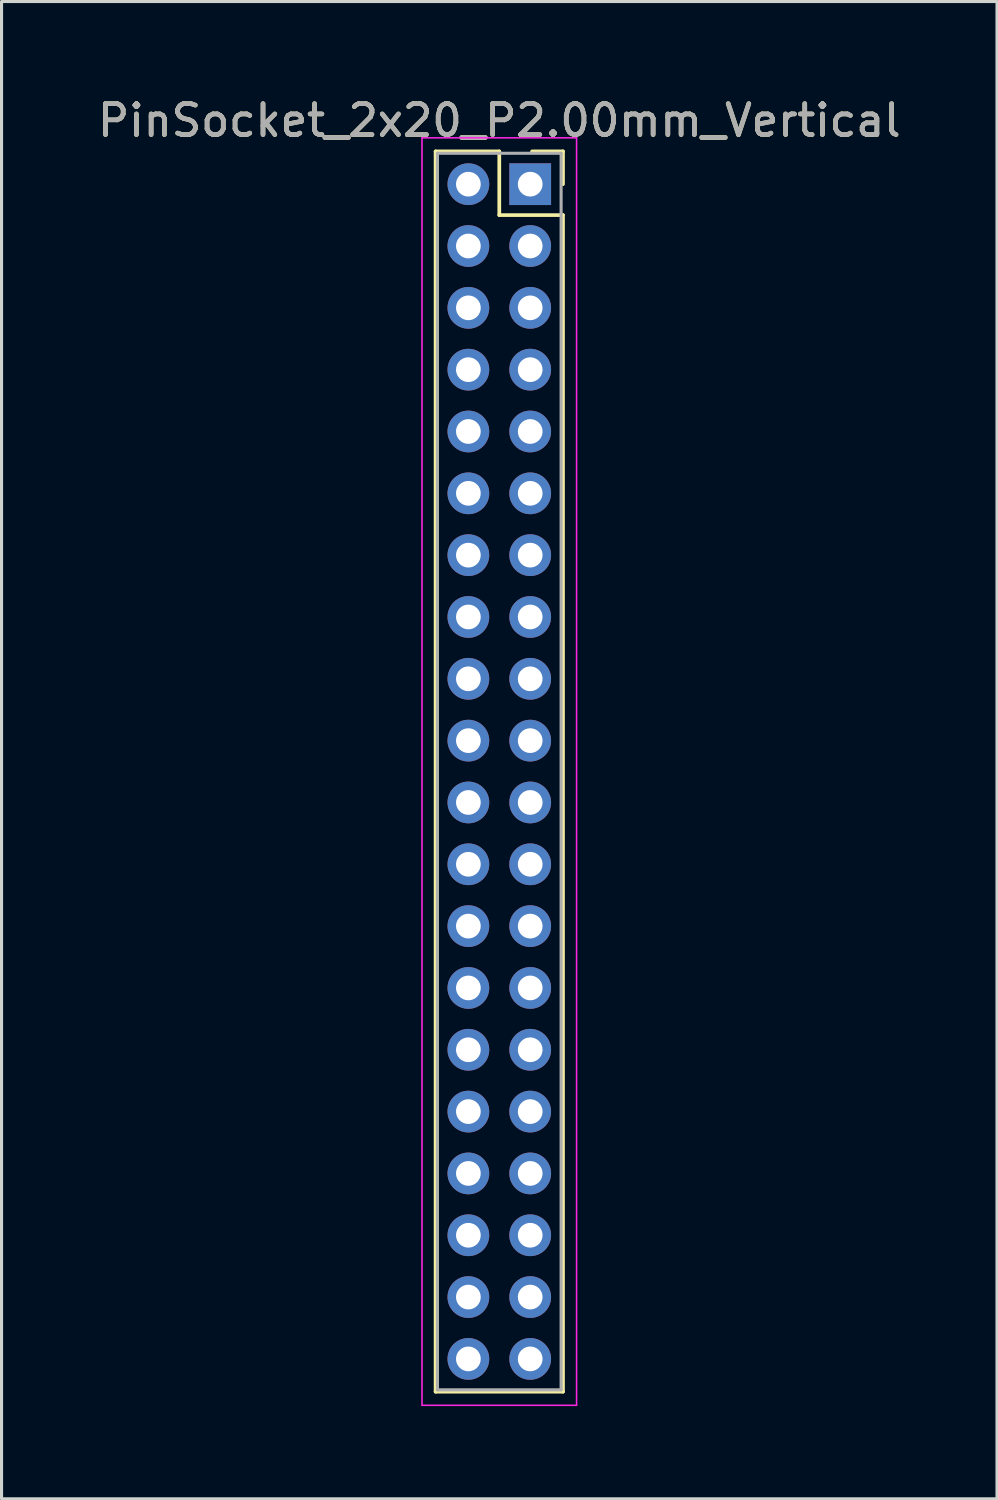
<source format=kicad_pcb>
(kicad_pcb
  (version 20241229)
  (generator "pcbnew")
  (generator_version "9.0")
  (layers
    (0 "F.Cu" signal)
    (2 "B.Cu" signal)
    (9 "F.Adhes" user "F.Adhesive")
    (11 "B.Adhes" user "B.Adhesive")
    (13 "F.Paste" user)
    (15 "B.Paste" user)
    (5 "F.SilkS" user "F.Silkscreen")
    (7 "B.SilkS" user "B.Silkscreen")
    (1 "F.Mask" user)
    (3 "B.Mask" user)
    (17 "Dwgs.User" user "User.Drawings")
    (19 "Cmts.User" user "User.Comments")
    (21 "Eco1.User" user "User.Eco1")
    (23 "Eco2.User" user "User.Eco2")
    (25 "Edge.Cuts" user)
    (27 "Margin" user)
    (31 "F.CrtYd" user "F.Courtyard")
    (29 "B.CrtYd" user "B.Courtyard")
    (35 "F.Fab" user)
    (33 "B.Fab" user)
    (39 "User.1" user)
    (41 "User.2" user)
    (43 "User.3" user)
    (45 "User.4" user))
  (footprint "PinSocket_2x20_P2.00mm_Vertical"
    (layer "F.Cu")
    (at 14.101 2.908)
    (property "Reference" "PinSocket_2x20_P2.00mm_Vertical" (at -1 -2.06 0) (layer "F.SilkS") (effects (font (size 1 1) (thickness 0.15))))
    (attr through_hole)
    (fp_line (start -3.06 -1.06) (end -1 -1.06) (stroke (width 0.12) (type solid)) (layer "F.SilkS"))
    (fp_line (start -3.06 39.06) (end -3.06 -1.06) (stroke (width 0.12) (type solid)) (layer "F.SilkS"))
    (fp_line (start -1 -1.06) (end -1 1) (stroke (width 0.12) (type solid)) (layer "F.SilkS"))
    (fp_line (start -1 1) (end 1.06 1) (stroke (width 0.12) (type solid)) (layer "F.SilkS"))
    (fp_line (start 1.06 -1.06) (end 0.06 -1.06) (stroke (width 0.12) (type solid)) (layer "F.SilkS"))
    (fp_line (start 1.06 0) (end 1.06 -1.06) (stroke (width 0.12) (type solid)) (layer "F.SilkS"))
    (fp_line (start 1.06 1) (end 1.06 39.06) (stroke (width 0.12) (type solid)) (layer "F.SilkS"))
    (fp_line (start 1.06 39.06) (end -3.06 39.06) (stroke (width 0.12) (type solid)) (layer "F.SilkS"))
    (fp_line (start -3.5 -1.5) (end -3.5 39.5) (stroke (width 0.05) (type solid)) (layer "F.CrtYd"))
    (fp_line (start -3.5 39.5) (end 1.5 39.5) (stroke (width 0.05) (type solid)) (layer "F.CrtYd"))
    (fp_line (start 1.5 -1.5) (end -3.5 -1.5) (stroke (width 0.05) (type solid)) (layer "F.CrtYd"))
    (fp_line (start 1.5 39.5) (end 1.5 -1.5) (stroke (width 0.05) (type solid)) (layer "F.CrtYd"))
    (fp_line (start -3 -1) (end -3 39) (stroke (width 0.1) (type solid)) (layer "F.Fab"))
    (fp_line (start -3 39) (end 1 39) (stroke (width 0.1) (type solid)) (layer "F.Fab"))
    (fp_line (start 1 -1) (end -3 -1) (stroke (width 0.1) (type solid)) (layer "F.Fab"))
    (fp_line (start 1 39) (end 1 -1) (stroke (width 0.1) (type solid)) (layer "F.Fab"))
    (fp_text user "${REFERENCE}" (at -1 -2.06 0) (layer "F.Fab") (effects (font (size 1 1) (thickness 0.15))))
    (pad "1" thru_hole rect (at 0 0) (size 1.35 1.35) (drill 0.8) (layers "*.Cu" "*.Mask"))
    (pad "2" thru_hole oval (at -2 0) (size 1.35 1.35) (drill 0.8) (layers "*.Cu" "*.Mask"))
    (pad "3" thru_hole oval (at 0 2) (size 1.35 1.35) (drill 0.8) (layers "*.Cu" "*.Mask"))
    (pad "4" thru_hole oval (at -2 2) (size 1.35 1.35) (drill 0.8) (layers "*.Cu" "*.Mask"))
    (pad "5" thru_hole oval (at 0 4) (size 1.35 1.35) (drill 0.8) (layers "*.Cu" "*.Mask"))
    (pad "6" thru_hole oval (at -2 4) (size 1.35 1.35) (drill 0.8) (layers "*.Cu" "*.Mask"))
    (pad "7" thru_hole oval (at 0 6) (size 1.35 1.35) (drill 0.8) (layers "*.Cu" "*.Mask"))
    (pad "8" thru_hole oval (at -2 6) (size 1.35 1.35) (drill 0.8) (layers "*.Cu" "*.Mask"))
    (pad "9" thru_hole oval (at 0 8) (size 1.35 1.35) (drill 0.8) (layers "*.Cu" "*.Mask"))
    (pad "10" thru_hole oval (at -2 8) (size 1.35 1.35) (drill 0.8) (layers "*.Cu" "*.Mask"))
    (pad "11" thru_hole oval (at 0 10) (size 1.35 1.35) (drill 0.8) (layers "*.Cu" "*.Mask"))
    (pad "12" thru_hole oval (at -2 10) (size 1.35 1.35) (drill 0.8) (layers "*.Cu" "*.Mask"))
    (pad "13" thru_hole oval (at 0 12) (size 1.35 1.35) (drill 0.8) (layers "*.Cu" "*.Mask"))
    (pad "14" thru_hole oval (at -2 12) (size 1.35 1.35) (drill 0.8) (layers "*.Cu" "*.Mask"))
    (pad "15" thru_hole oval (at 0 14) (size 1.35 1.35) (drill 0.8) (layers "*.Cu" "*.Mask"))
    (pad "16" thru_hole oval (at -2 14) (size 1.35 1.35) (drill 0.8) (layers "*.Cu" "*.Mask"))
    (pad "17" thru_hole oval (at 0 16) (size 1.35 1.35) (drill 0.8) (layers "*.Cu" "*.Mask"))
    (pad "18" thru_hole oval (at -2 16) (size 1.35 1.35) (drill 0.8) (layers "*.Cu" "*.Mask"))
    (pad "19" thru_hole oval (at 0 18) (size 1.35 1.35) (drill 0.8) (layers "*.Cu" "*.Mask"))
    (pad "20" thru_hole oval (at -2 18) (size 1.35 1.35) (drill 0.8) (layers "*.Cu" "*.Mask"))
    (pad "21" thru_hole oval (at 0 20) (size 1.35 1.35) (drill 0.8) (layers "*.Cu" "*.Mask"))
    (pad "22" thru_hole oval (at -2 20) (size 1.35 1.35) (drill 0.8) (layers "*.Cu" "*.Mask"))
    (pad "23" thru_hole oval (at 0 22) (size 1.35 1.35) (drill 0.8) (layers "*.Cu" "*.Mask"))
    (pad "24" thru_hole oval (at -2 22) (size 1.35 1.35) (drill 0.8) (layers "*.Cu" "*.Mask"))
    (pad "25" thru_hole oval (at 0 24) (size 1.35 1.35) (drill 0.8) (layers "*.Cu" "*.Mask"))
    (pad "26" thru_hole oval (at -2 24) (size 1.35 1.35) (drill 0.8) (layers "*.Cu" "*.Mask"))
    (pad "27" thru_hole oval (at 0 26) (size 1.35 1.35) (drill 0.8) (layers "*.Cu" "*.Mask"))
    (pad "28" thru_hole oval (at -2 26) (size 1.35 1.35) (drill 0.8) (layers "*.Cu" "*.Mask"))
    (pad "29" thru_hole oval (at 0 28) (size 1.35 1.35) (drill 0.8) (layers "*.Cu" "*.Mask"))
    (pad "30" thru_hole oval (at -2 28) (size 1.35 1.35) (drill 0.8) (layers "*.Cu" "*.Mask"))
    (pad "31" thru_hole oval (at 0 30) (size 1.35 1.35) (drill 0.8) (layers "*.Cu" "*.Mask"))
    (pad "32" thru_hole oval (at -2 30) (size 1.35 1.35) (drill 0.8) (layers "*.Cu" "*.Mask"))
    (pad "33" thru_hole oval (at 0 32) (size 1.35 1.35) (drill 0.8) (layers "*.Cu" "*.Mask"))
    (pad "34" thru_hole oval (at -2 32) (size 1.35 1.35) (drill 0.8) (layers "*.Cu" "*.Mask"))
    (pad "35" thru_hole oval (at 0 34) (size 1.35 1.35) (drill 0.8) (layers "*.Cu" "*.Mask"))
    (pad "36" thru_hole oval (at -2 34) (size 1.35 1.35) (drill 0.8) (layers "*.Cu" "*.Mask"))
    (pad "37" thru_hole oval (at 0 36) (size 1.35 1.35) (drill 0.8) (layers "*.Cu" "*.Mask"))
    (pad "38" thru_hole oval (at -2 36) (size 1.35 1.35) (drill 0.8) (layers "*.Cu" "*.Mask"))
    (pad "39" thru_hole oval (at 0 38) (size 1.35 1.35) (drill 0.8) (layers "*.Cu" "*.Mask"))
    (pad "40" thru_hole oval (at -2 38) (size 1.35 1.35) (drill 0.8) (layers "*.Cu" "*.Mask")))
  (gr_rect
    (start -3 -3)
    (end 29.202 45.433)
    (stroke (width 0.1) (type default))
    (fill no)
    (layer "Edge.Cuts")))
</source>
